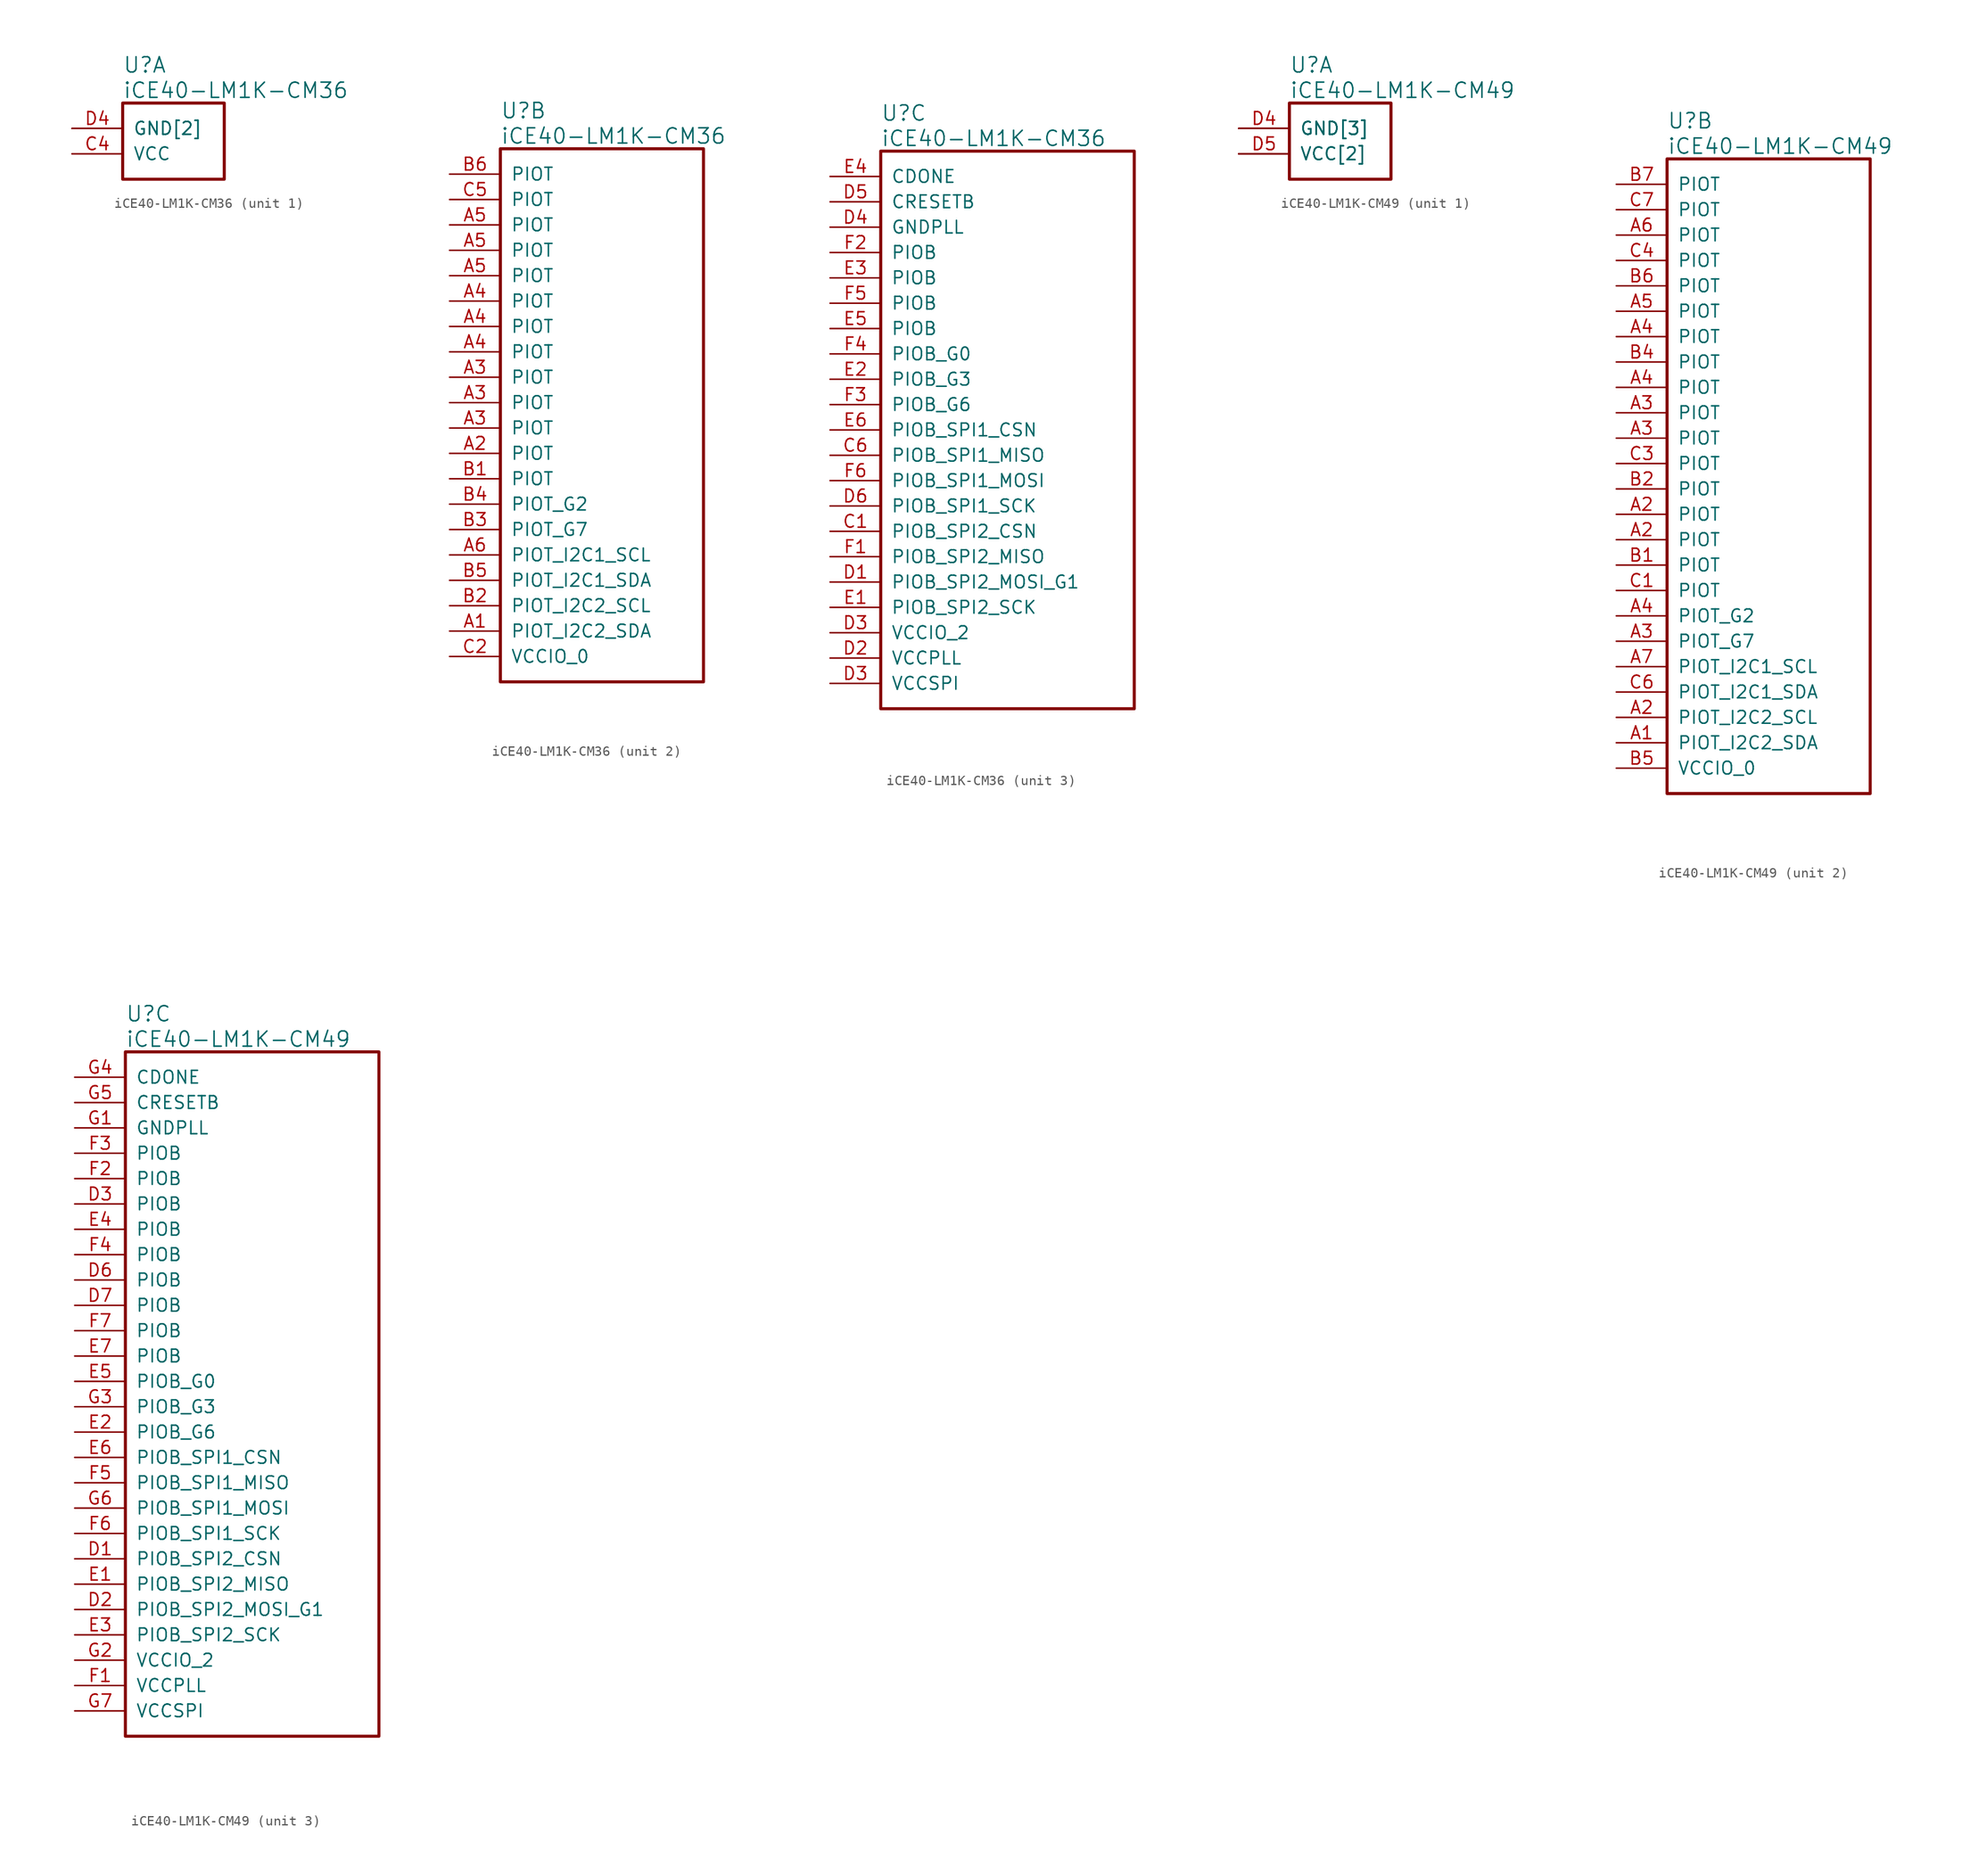
<source format=kicad_sym>
(kicad_symbol_lib
  (version 20241209)
  (generator "kicad_symbol_editor")
  (generator_version "9.0")
  (symbol "iCE40-LM1K-CM36"
    (pin_names
      (offset 1.016))
    (property "Reference" "U"
      (at 5.08 6.35 0)
      (effects (font (size 1.524 1.524)) (justify left)))
    (property "Value" "iCE40-LM1K-CM36"
      (at 5.08 3.81 0)
      (effects (font (size 1.524 1.524)) (justify left)))
    (property "ki_locked" ""
      (at 0 0 0)
      (effects (font (size 1.27 1.27))))
    (symbol "iCE40-LM1K-CM36_1_1"
      (rectangle (start 5.08 2.54) (end 15.24 -5.08) (stroke (width 0.305) (type solid)) (fill (type none)))
      (pin power_in line (at 0 0 0) (length 5.08) (name "GND[2]" (effects (font (size 1.27 1.27)))) (number "C3" (effects (font (size 0 0)))))
      (pin power_in line (at 0 0 0) (length 5.08) (name "GND[2]" (effects (font (size 1.27 1.27)))) (number "D4" (effects (font (size 1.27 1.27)))))
      (pin power_in line (at 0 -2.54 0) (length 5.08) (name "VCC" (effects (font (size 1.27 1.27)))) (number "C4" (effects (font (size 1.27 1.27))))))
    (symbol "iCE40-LM1K-CM36_2_1"
      (rectangle (start 5.08 2.54) (end 25.4 -50.8) (stroke (width 0.305) (type solid)) (fill (type none)))
      (pin bidirectional line (at 0 0 0) (length 5.08) (name "PIOT" (effects (font (size 1.27 1.27)))) (number "B6" (effects (font (size 1.27 1.27)))))
      (pin bidirectional line (at 0 -2.54 0) (length 5.08) (name "PIOT" (effects (font (size 1.27 1.27)))) (number "C5" (effects (font (size 1.27 1.27)))))
      (pin bidirectional line (at 0 -5.08 0) (length 5.08) (name "PIOT" (effects (font (size 1.27 1.27)))) (number "A5" (effects (font (size 1.27 1.27)))))
      (pin bidirectional line (at 0 -7.62 0) (length 5.08) (name "PIOT" (effects (font (size 1.27 1.27)))) (number "A5" (effects (font (size 1.27 1.27)))))
      (pin bidirectional line (at 0 -10.16 0) (length 5.08) (name "PIOT" (effects (font (size 1.27 1.27)))) (number "A5" (effects (font (size 1.27 1.27)))))
      (pin bidirectional line (at 0 -12.7 0) (length 5.08) (name "PIOT" (effects (font (size 1.27 1.27)))) (number "A4" (effects (font (size 1.27 1.27)))))
      (pin bidirectional line (at 0 -15.24 0) (length 5.08) (name "PIOT" (effects (font (size 1.27 1.27)))) (number "A4" (effects (font (size 1.27 1.27)))))
      (pin bidirectional line (at 0 -17.78 0) (length 5.08) (name "PIOT" (effects (font (size 1.27 1.27)))) (number "A4" (effects (font (size 1.27 1.27)))))
      (pin bidirectional line (at 0 -20.32 0) (length 5.08) (name "PIOT" (effects (font (size 1.27 1.27)))) (number "A3" (effects (font (size 1.27 1.27)))))
      (pin bidirectional line (at 0 -22.86 0) (length 5.08) (name "PIOT" (effects (font (size 1.27 1.27)))) (number "A3" (effects (font (size 1.27 1.27)))))
      (pin bidirectional line (at 0 -25.4 0) (length 5.08) (name "PIOT" (effects (font (size 1.27 1.27)))) (number "A3" (effects (font (size 1.27 1.27)))))
      (pin bidirectional line (at 0 -27.94 0) (length 5.08) (name "PIOT" (effects (font (size 1.27 1.27)))) (number "A2" (effects (font (size 1.27 1.27)))))
      (pin bidirectional line (at 0 -30.48 0) (length 5.08) (name "PIOT" (effects (font (size 1.27 1.27)))) (number "B1" (effects (font (size 1.27 1.27)))))
      (pin bidirectional line (at 0 -33.02 0) (length 5.08) (name "PIOT_G2" (effects (font (size 1.27 1.27)))) (number "B4" (effects (font (size 1.27 1.27)))))
      (pin bidirectional line (at 0 -35.56 0) (length 5.08) (name "PIOT_G7" (effects (font (size 1.27 1.27)))) (number "B3" (effects (font (size 1.27 1.27)))))
      (pin bidirectional line (at 0 -38.1 0) (length 5.08) (name "PIOT_I2C1_SCL" (effects (font (size 1.27 1.27)))) (number "A6" (effects (font (size 1.27 1.27)))))
      (pin bidirectional line (at 0 -40.64 0) (length 5.08) (name "PIOT_I2C1_SDA" (effects (font (size 1.27 1.27)))) (number "B5" (effects (font (size 1.27 1.27)))))
      (pin bidirectional line (at 0 -43.18 0) (length 5.08) (name "PIOT_I2C2_SCL" (effects (font (size 1.27 1.27)))) (number "B2" (effects (font (size 1.27 1.27)))))
      (pin bidirectional line (at 0 -45.72 0) (length 5.08) (name "PIOT_I2C2_SDA" (effects (font (size 1.27 1.27)))) (number "A1" (effects (font (size 1.27 1.27)))))
      (pin power_in line (at 0 -48.26 0) (length 5.08) (name "VCCIO_0" (effects (font (size 1.27 1.27)))) (number "C2" (effects (font (size 1.27 1.27))))))
    (symbol "iCE40-LM1K-CM36_3_1"
      (rectangle (start 5.08 2.54) (end 30.48 -53.34) (stroke (width 0.305) (type solid)) (fill (type none)))
      (pin output line (at 0 0 0) (length 5.08) (name "CDONE" (effects (font (size 1.27 1.27)))) (number "E4" (effects (font (size 1.27 1.27)))))
      (pin input line (at 0 -2.54 0) (length 5.08) (name "CRESETB" (effects (font (size 1.27 1.27)))) (number "D5" (effects (font (size 1.27 1.27)))))
      (pin power_in line (at 0 -5.08 0) (length 5.08) (name "GNDPLL" (effects (font (size 1.27 1.27)))) (number "D4" (effects (font (size 1.27 1.27)))))
      (pin bidirectional line (at 0 -7.62 0) (length 5.08) (name "PIOB" (effects (font (size 1.27 1.27)))) (number "F2" (effects (font (size 1.27 1.27)))))
      (pin bidirectional line (at 0 -10.16 0) (length 5.08) (name "PIOB" (effects (font (size 1.27 1.27)))) (number "E3" (effects (font (size 1.27 1.27)))))
      (pin bidirectional line (at 0 -12.7 0) (length 5.08) (name "PIOB" (effects (font (size 1.27 1.27)))) (number "F5" (effects (font (size 1.27 1.27)))))
      (pin bidirectional line (at 0 -15.24 0) (length 5.08) (name "PIOB" (effects (font (size 1.27 1.27)))) (number "E5" (effects (font (size 1.27 1.27)))))
      (pin bidirectional line (at 0 -17.78 0) (length 5.08) (name "PIOB_G0" (effects (font (size 1.27 1.27)))) (number "F4" (effects (font (size 1.27 1.27)))))
      (pin bidirectional line (at 0 -20.32 0) (length 5.08) (name "PIOB_G3" (effects (font (size 1.27 1.27)))) (number "E2" (effects (font (size 1.27 1.27)))))
      (pin bidirectional line (at 0 -22.86 0) (length 5.08) (name "PIOB_G6" (effects (font (size 1.27 1.27)))) (number "F3" (effects (font (size 1.27 1.27)))))
      (pin bidirectional line (at 0 -25.4 0) (length 5.08) (name "PIOB_SPI1_CSN" (effects (font (size 1.27 1.27)))) (number "E6" (effects (font (size 1.27 1.27)))))
      (pin bidirectional line (at 0 -27.94 0) (length 5.08) (name "PIOB_SPI1_MISO" (effects (font (size 1.27 1.27)))) (number "C6" (effects (font (size 1.27 1.27)))))
      (pin bidirectional line (at 0 -30.48 0) (length 5.08) (name "PIOB_SPI1_MOSI" (effects (font (size 1.27 1.27)))) (number "F6" (effects (font (size 1.27 1.27)))))
      (pin bidirectional line (at 0 -33.02 0) (length 5.08) (name "PIOB_SPI1_SCK" (effects (font (size 1.27 1.27)))) (number "D6" (effects (font (size 1.27 1.27)))))
      (pin bidirectional line (at 0 -35.56 0) (length 5.08) (name "PIOB_SPI2_CSN" (effects (font (size 1.27 1.27)))) (number "C1" (effects (font (size 1.27 1.27)))))
      (pin bidirectional line (at 0 -38.1 0) (length 5.08) (name "PIOB_SPI2_MISO" (effects (font (size 1.27 1.27)))) (number "F1" (effects (font (size 1.27 1.27)))))
      (pin bidirectional line (at 0 -40.64 0) (length 5.08) (name "PIOB_SPI2_MOSI_G1" (effects (font (size 1.27 1.27)))) (number "D1" (effects (font (size 1.27 1.27)))))
      (pin bidirectional line (at 0 -43.18 0) (length 5.08) (name "PIOB_SPI2_SCK" (effects (font (size 1.27 1.27)))) (number "E1" (effects (font (size 1.27 1.27)))))
      (pin power_in line (at 0 -45.72 0) (length 5.08) (name "VCCIO_2" (effects (font (size 1.27 1.27)))) (number "D3" (effects (font (size 1.27 1.27)))))
      (pin power_in line (at 0 -48.26 0) (length 5.08) (name "VCCPLL" (effects (font (size 1.27 1.27)))) (number "D2" (effects (font (size 1.27 1.27)))))
      (pin power_in line (at 0 -50.8 0) (length 5.08) (name "VCCSPI" (effects (font (size 1.27 1.27)))) (number "D3" (effects (font (size 1.27 1.27)))))))
  (symbol "iCE40-LM1K-CM49"
    (pin_names
      (offset 1.016))
    (property "Reference" "U"
      (at 5.08 6.35 0)
      (effects (font (size 1.524 1.524)) (justify left)))
    (property "Value" "iCE40-LM1K-CM49"
      (at 5.08 3.81 0)
      (effects (font (size 1.524 1.524)) (justify left)))
    (property "ki_locked" ""
      (at 0 0 0)
      (effects (font (size 1.27 1.27))))
    (symbol "iCE40-LM1K-CM49_1_1"
      (rectangle (start 5.08 2.54) (end 15.24 -5.08) (stroke (width 0.305) (type solid)) (fill (type none)))
      (pin power_in line (at 0 0 0) (length 5.08) (name "GND[3]" (effects (font (size 1.27 1.27)))) (number "C2" (effects (font (size 0 0)))))
      (pin power_in line (at 0 0 0) (length 5.08) (name "GND[3]" (effects (font (size 1.27 1.27)))) (number "C5" (effects (font (size 0 0)))))
      (pin power_in line (at 0 0 0) (length 5.08) (name "GND[3]" (effects (font (size 1.27 1.27)))) (number "D4" (effects (font (size 1.27 1.27)))))
      (pin power_in line (at 0 -2.54 0) (length 5.08) (name "VCC[2]" (effects (font (size 1.27 1.27)))) (number "B3" (effects (font (size 0 0)))))
      (pin power_in line (at 0 -2.54 0) (length 5.08) (name "VCC[2]" (effects (font (size 1.27 1.27)))) (number "D5" (effects (font (size 1.27 1.27))))))
    (symbol "iCE40-LM1K-CM49_2_1"
      (rectangle (start 5.08 2.54) (end 25.4 -60.96) (stroke (width 0.305) (type solid)) (fill (type none)))
      (pin bidirectional line (at 0 0 0) (length 5.08) (name "PIOT" (effects (font (size 1.27 1.27)))) (number "B7" (effects (font (size 1.27 1.27)))))
      (pin bidirectional line (at 0 -2.54 0) (length 5.08) (name "PIOT" (effects (font (size 1.27 1.27)))) (number "C7" (effects (font (size 1.27 1.27)))))
      (pin bidirectional line (at 0 -5.08 0) (length 5.08) (name "PIOT" (effects (font (size 1.27 1.27)))) (number "A6" (effects (font (size 1.27 1.27)))))
      (pin bidirectional line (at 0 -7.62 0) (length 5.08) (name "PIOT" (effects (font (size 1.27 1.27)))) (number "C4" (effects (font (size 1.27 1.27)))))
      (pin bidirectional line (at 0 -10.16 0) (length 5.08) (name "PIOT" (effects (font (size 1.27 1.27)))) (number "B6" (effects (font (size 1.27 1.27)))))
      (pin bidirectional line (at 0 -12.7 0) (length 5.08) (name "PIOT" (effects (font (size 1.27 1.27)))) (number "A5" (effects (font (size 1.27 1.27)))))
      (pin bidirectional line (at 0 -15.24 0) (length 5.08) (name "PIOT" (effects (font (size 1.27 1.27)))) (number "A4" (effects (font (size 1.27 1.27)))))
      (pin bidirectional line (at 0 -17.78 0) (length 5.08) (name "PIOT" (effects (font (size 1.27 1.27)))) (number "B4" (effects (font (size 1.27 1.27)))))
      (pin bidirectional line (at 0 -20.32 0) (length 5.08) (name "PIOT" (effects (font (size 1.27 1.27)))) (number "A4" (effects (font (size 1.27 1.27)))))
      (pin bidirectional line (at 0 -22.86 0) (length 5.08) (name "PIOT" (effects (font (size 1.27 1.27)))) (number "A3" (effects (font (size 1.27 1.27)))))
      (pin bidirectional line (at 0 -25.4 0) (length 5.08) (name "PIOT" (effects (font (size 1.27 1.27)))) (number "A3" (effects (font (size 1.27 1.27)))))
      (pin bidirectional line (at 0 -27.94 0) (length 5.08) (name "PIOT" (effects (font (size 1.27 1.27)))) (number "C3" (effects (font (size 1.27 1.27)))))
      (pin bidirectional line (at 0 -30.48 0) (length 5.08) (name "PIOT" (effects (font (size 1.27 1.27)))) (number "B2" (effects (font (size 1.27 1.27)))))
      (pin bidirectional line (at 0 -33.02 0) (length 5.08) (name "PIOT" (effects (font (size 1.27 1.27)))) (number "A2" (effects (font (size 1.27 1.27)))))
      (pin bidirectional line (at 0 -35.56 0) (length 5.08) (name "PIOT" (effects (font (size 1.27 1.27)))) (number "A2" (effects (font (size 1.27 1.27)))))
      (pin bidirectional line (at 0 -38.1 0) (length 5.08) (name "PIOT" (effects (font (size 1.27 1.27)))) (number "B1" (effects (font (size 1.27 1.27)))))
      (pin bidirectional line (at 0 -40.64 0) (length 5.08) (name "PIOT" (effects (font (size 1.27 1.27)))) (number "C1" (effects (font (size 1.27 1.27)))))
      (pin bidirectional line (at 0 -43.18 0) (length 5.08) (name "PIOT_G2" (effects (font (size 1.27 1.27)))) (number "A4" (effects (font (size 1.27 1.27)))))
      (pin bidirectional line (at 0 -45.72 0) (length 5.08) (name "PIOT_G7" (effects (font (size 1.27 1.27)))) (number "A3" (effects (font (size 1.27 1.27)))))
      (pin bidirectional line (at 0 -48.26 0) (length 5.08) (name "PIOT_I2C1_SCL" (effects (font (size 1.27 1.27)))) (number "A7" (effects (font (size 1.27 1.27)))))
      (pin bidirectional line (at 0 -50.8 0) (length 5.08) (name "PIOT_I2C1_SDA" (effects (font (size 1.27 1.27)))) (number "C6" (effects (font (size 1.27 1.27)))))
      (pin bidirectional line (at 0 -53.34 0) (length 5.08) (name "PIOT_I2C2_SCL" (effects (font (size 1.27 1.27)))) (number "A2" (effects (font (size 1.27 1.27)))))
      (pin bidirectional line (at 0 -55.88 0) (length 5.08) (name "PIOT_I2C2_SDA" (effects (font (size 1.27 1.27)))) (number "A1" (effects (font (size 1.27 1.27)))))
      (pin power_in line (at 0 -58.42 0) (length 5.08) (name "VCCIO_0" (effects (font (size 1.27 1.27)))) (number "B5" (effects (font (size 1.27 1.27))))))
    (symbol "iCE40-LM1K-CM49_3_1"
      (rectangle (start 5.08 2.54) (end 30.48 -66.04) (stroke (width 0.305) (type solid)) (fill (type none)))
      (pin output line (at 0 0 0) (length 5.08) (name "CDONE" (effects (font (size 1.27 1.27)))) (number "G4" (effects (font (size 1.27 1.27)))))
      (pin input line (at 0 -2.54 0) (length 5.08) (name "CRESETB" (effects (font (size 1.27 1.27)))) (number "G5" (effects (font (size 1.27 1.27)))))
      (pin power_in line (at 0 -5.08 0) (length 5.08) (name "GNDPLL" (effects (font (size 1.27 1.27)))) (number "G1" (effects (font (size 1.27 1.27)))))
      (pin bidirectional line (at 0 -7.62 0) (length 5.08) (name "PIOB" (effects (font (size 1.27 1.27)))) (number "F3" (effects (font (size 1.27 1.27)))))
      (pin bidirectional line (at 0 -10.16 0) (length 5.08) (name "PIOB" (effects (font (size 1.27 1.27)))) (number "F2" (effects (font (size 1.27 1.27)))))
      (pin bidirectional line (at 0 -12.7 0) (length 5.08) (name "PIOB" (effects (font (size 1.27 1.27)))) (number "D3" (effects (font (size 1.27 1.27)))))
      (pin bidirectional line (at 0 -15.24 0) (length 5.08) (name "PIOB" (effects (font (size 1.27 1.27)))) (number "E4" (effects (font (size 1.27 1.27)))))
      (pin bidirectional line (at 0 -17.78 0) (length 5.08) (name "PIOB" (effects (font (size 1.27 1.27)))) (number "F4" (effects (font (size 1.27 1.27)))))
      (pin bidirectional line (at 0 -20.32 0) (length 5.08) (name "PIOB" (effects (font (size 1.27 1.27)))) (number "D6" (effects (font (size 1.27 1.27)))))
      (pin bidirectional line (at 0 -22.86 0) (length 5.08) (name "PIOB" (effects (font (size 1.27 1.27)))) (number "D7" (effects (font (size 1.27 1.27)))))
      (pin bidirectional line (at 0 -25.4 0) (length 5.08) (name "PIOB" (effects (font (size 1.27 1.27)))) (number "F7" (effects (font (size 1.27 1.27)))))
      (pin bidirectional line (at 0 -27.94 0) (length 5.08) (name "PIOB" (effects (font (size 1.27 1.27)))) (number "E7" (effects (font (size 1.27 1.27)))))
      (pin bidirectional line (at 0 -30.48 0) (length 5.08) (name "PIOB_G0" (effects (font (size 1.27 1.27)))) (number "E5" (effects (font (size 1.27 1.27)))))
      (pin bidirectional line (at 0 -33.02 0) (length 5.08) (name "PIOB_G3" (effects (font (size 1.27 1.27)))) (number "G3" (effects (font (size 1.27 1.27)))))
      (pin bidirectional line (at 0 -35.56 0) (length 5.08) (name "PIOB_G6" (effects (font (size 1.27 1.27)))) (number "E2" (effects (font (size 1.27 1.27)))))
      (pin bidirectional line (at 0 -38.1 0) (length 5.08) (name "PIOB_SPI1_CSN" (effects (font (size 1.27 1.27)))) (number "E6" (effects (font (size 1.27 1.27)))))
      (pin bidirectional line (at 0 -40.64 0) (length 5.08) (name "PIOB_SPI1_MISO" (effects (font (size 1.27 1.27)))) (number "F5" (effects (font (size 1.27 1.27)))))
      (pin bidirectional line (at 0 -43.18 0) (length 5.08) (name "PIOB_SPI1_MOSI" (effects (font (size 1.27 1.27)))) (number "G6" (effects (font (size 1.27 1.27)))))
      (pin bidirectional line (at 0 -45.72 0) (length 5.08) (name "PIOB_SPI1_SCK" (effects (font (size 1.27 1.27)))) (number "F6" (effects (font (size 1.27 1.27)))))
      (pin bidirectional line (at 0 -48.26 0) (length 5.08) (name "PIOB_SPI2_CSN" (effects (font (size 1.27 1.27)))) (number "D1" (effects (font (size 1.27 1.27)))))
      (pin bidirectional line (at 0 -50.8 0) (length 5.08) (name "PIOB_SPI2_MISO" (effects (font (size 1.27 1.27)))) (number "E1" (effects (font (size 1.27 1.27)))))
      (pin bidirectional line (at 0 -53.34 0) (length 5.08) (name "PIOB_SPI2_MOSI_G1" (effects (font (size 1.27 1.27)))) (number "D2" (effects (font (size 1.27 1.27)))))
      (pin bidirectional line (at 0 -55.88 0) (length 5.08) (name "PIOB_SPI2_SCK" (effects (font (size 1.27 1.27)))) (number "E3" (effects (font (size 1.27 1.27)))))
      (pin power_in line (at 0 -58.42 0) (length 5.08) (name "VCCIO_2" (effects (font (size 1.27 1.27)))) (number "G2" (effects (font (size 1.27 1.27)))))
      (pin power_in line (at 0 -60.96 0) (length 5.08) (name "VCCPLL" (effects (font (size 1.27 1.27)))) (number "F1" (effects (font (size 1.27 1.27)))))
      (pin power_in line (at 0 -63.5 0) (length 5.08) (name "VCCSPI" (effects (font (size 1.27 1.27)))) (number "G7" (effects (font (size 1.27 1.27))))))))
</source>
